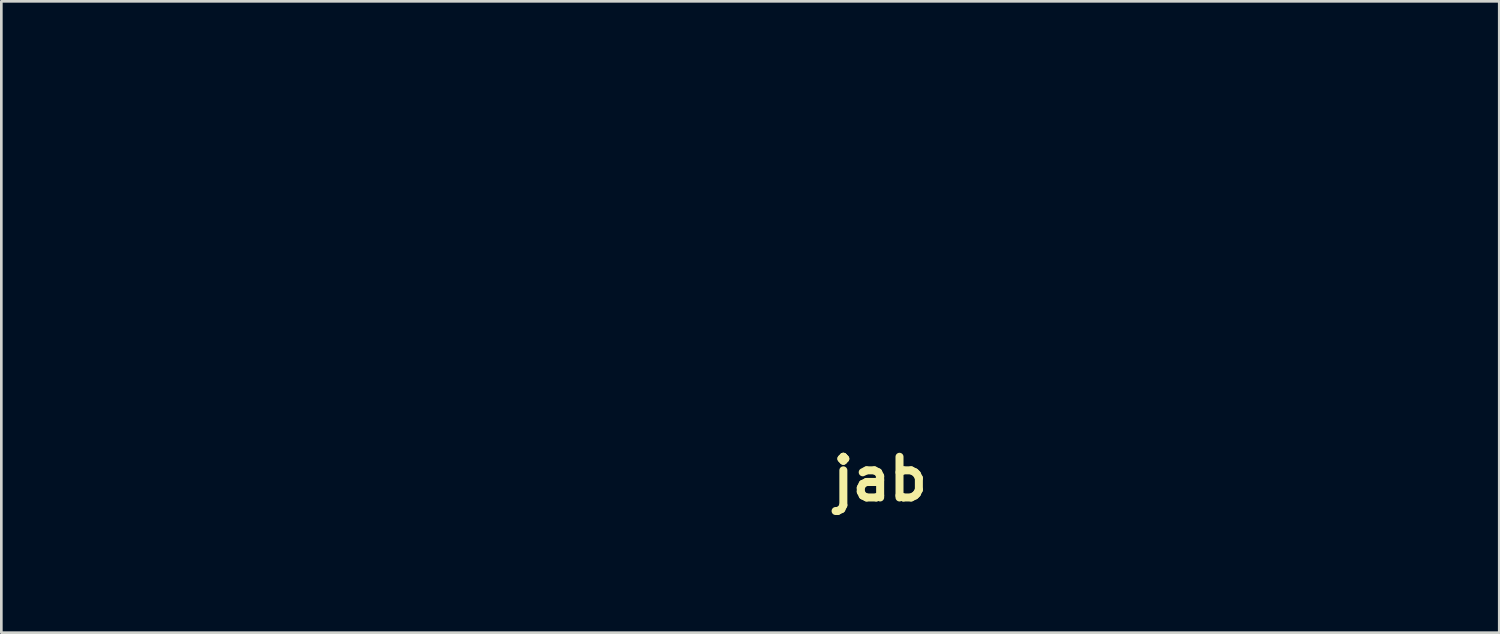
<source format=kicad_pcb>
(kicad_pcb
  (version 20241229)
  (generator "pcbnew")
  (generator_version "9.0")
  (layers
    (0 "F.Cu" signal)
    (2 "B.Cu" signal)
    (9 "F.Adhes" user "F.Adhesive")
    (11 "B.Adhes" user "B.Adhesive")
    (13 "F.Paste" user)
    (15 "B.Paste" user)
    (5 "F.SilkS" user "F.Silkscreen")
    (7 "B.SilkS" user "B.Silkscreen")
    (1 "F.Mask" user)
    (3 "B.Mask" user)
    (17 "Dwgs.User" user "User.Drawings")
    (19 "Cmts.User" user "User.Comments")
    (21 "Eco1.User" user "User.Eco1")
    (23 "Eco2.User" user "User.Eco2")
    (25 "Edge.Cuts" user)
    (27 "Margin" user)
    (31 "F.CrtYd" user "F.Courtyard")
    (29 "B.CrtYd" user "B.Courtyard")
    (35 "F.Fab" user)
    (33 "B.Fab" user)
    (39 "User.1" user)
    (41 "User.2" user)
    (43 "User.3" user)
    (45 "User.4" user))
  (footprint "jab"
    (layer "F.Cu")
    (at 29.932 14.902)
    (property "Reference" "jab" (at 0 0 0) (layer "F.SilkS") (effects (font (size 1.524 1.524) (thickness 0.3))))
    (attr through_hole)
    (fp_poly (pts (xy -12.658 -2.298) (xy -12.798 -2.121) (xy -13.088 -1.818) (xy -13.441 -1.557) (xy -13.841 -1.343) (xy -14.277 -1.179) (xy -14.732 -1.07) (xy -15.194 -1.022) (xy -15.649 -1.038) (xy -15.915 -1.082) (xy -16.254 -1.186) (xy -16.549 -1.339) (xy -16.791 -1.533) (xy -16.969 -1.759) (xy -17.065 -1.977) (xy -17.122 -2.314) (xy -17.107 -2.655) (xy -17.023 -2.981) (xy -16.875 -3.277) (xy -16.706 -3.485) (xy -16.463 -3.688) (xy -16.17 -3.859) (xy -15.822 -3.999) (xy -15.415 -4.109) (xy -14.944 -4.191) (xy -14.403 -4.244) (xy -13.79 -4.271) (xy -13.409 -4.276) (xy -12.658 -4.276) (xy -12.658 -2.298)) (stroke (width 0.01) (type solid)) (fill yes) (layer "F.Mask"))
    (fp_poly (pts (xy -4.65 -7.761) (xy -4.594 -7.754) (xy -4.231 -7.671) (xy -3.917 -7.529) (xy -3.634 -7.319) (xy -3.55 -7.239) (xy -3.305 -6.939) (xy -3.103 -6.569) (xy -2.943 -6.135) (xy -2.827 -5.642) (xy -2.757 -5.096) (xy -2.733 -4.5) (xy -2.755 -3.884) (xy -2.824 -3.292) (xy -2.939 -2.766) (xy -3.101 -2.306) (xy -3.308 -1.915) (xy -3.559 -1.593) (xy -3.853 -1.341) (xy -4.188 -1.161) (xy -4.564 -1.053) (xy -4.98 -1.019) (xy -5.434 -1.059) (xy -5.567 -1.084) (xy -5.864 -1.171) (xy -6.189 -1.309) (xy -6.513 -1.486) (xy -6.811 -1.686) (xy -6.932 -1.783) (xy -7.239 -2.045) (xy -7.239 -6.303) (xy -7.035 -6.549) (xy -6.656 -6.957) (xy -6.268 -7.284) (xy -5.873 -7.528) (xy -5.47 -7.69) (xy -5.063 -7.767) (xy -4.65 -7.761)) (stroke (width 0.01) (type solid)) (fill yes) (layer "F.Mask"))
    (fp_poly (pts (xy 4.543 -6.631) (xy 4.83 -6.593) (xy 5.069 -6.531) (xy 5.091 -6.523) (xy 5.436 -6.344) (xy 5.748 -6.093) (xy 6.019 -5.777) (xy 6.245 -5.403) (xy 6.419 -4.979) (xy 6.465 -4.826) (xy 6.496 -4.687) (xy 6.518 -4.528) (xy 6.532 -4.331) (xy 6.539 -4.08) (xy 6.54 -3.852) (xy 6.539 -3.575) (xy 6.533 -3.363) (xy 6.521 -3.197) (xy 6.501 -3.056) (xy 6.472 -2.922) (xy 6.443 -2.817) (xy 6.282 -2.377) (xy 6.073 -1.989) (xy 5.82 -1.66) (xy 5.53 -1.394) (xy 5.206 -1.199) (xy 4.869 -1.082) (xy 4.504 -1.028) (xy 4.144 -1.028) (xy 3.821 -1.081) (xy 3.438 -1.227) (xy 3.093 -1.448) (xy 2.786 -1.742) (xy 2.519 -2.108) (xy 2.291 -2.545) (xy 2.103 -3.051) (xy 1.957 -3.625) (xy 1.853 -4.265) (xy 1.796 -4.891) (xy 1.767 -5.358) (xy 2.075 -5.643) (xy 2.507 -6.003) (xy 2.94 -6.284) (xy 3.382 -6.488) (xy 3.69 -6.585) (xy 3.943 -6.628) (xy 4.237 -6.643) (xy 4.543 -6.631)) (stroke (width 0.01) (type solid)) (fill yes) (layer "F.Mask"))
    (fp_poly (pts (xy 4.713 -14.897) (xy 4.887 -14.888) (xy 5.067 -14.869) (xy 5.267 -14.837) (xy 5.503 -14.79) (xy 5.787 -14.726) (xy 6.136 -14.643) (xy 6.219 -14.623) (xy 6.602 -14.526) (xy 6.918 -14.432) (xy 7.186 -14.334) (xy 7.424 -14.225) (xy 7.649 -14.098) (xy 7.88 -13.944) (xy 7.919 -13.916) (xy 8.122 -13.77) (xy 8.267 -13.667) (xy 8.366 -13.606) (xy 8.434 -13.581) (xy 8.481 -13.59) (xy 8.521 -13.629) (xy 8.566 -13.696) (xy 8.593 -13.736) (xy 8.688 -13.848) (xy 8.829 -13.985) (xy 8.992 -14.123) (xy 9.065 -14.179) (xy 9.209 -14.281) (xy 9.326 -14.356) (xy 9.44 -14.412) (xy 9.572 -14.459) (xy 9.744 -14.507) (xy 9.962 -14.559) (xy 10.52 -14.69) (xy 13.786 -14.69) (xy 17.053 -14.69) (xy 17.617 -14.557) (xy 17.851 -14.5) (xy 18.024 -14.452) (xy 18.158 -14.404) (xy 18.274 -14.346) (xy 18.395 -14.27) (xy 18.515 -14.186) (xy 18.753 -13.998) (xy 18.95 -13.793) (xy 19.091 -13.61) (xy 19.192 -13.467) (xy 19.265 -13.349) (xy 19.321 -13.233) (xy 19.368 -13.098) (xy 19.416 -12.921) (xy 19.468 -12.707) (xy 19.518 -12.487) (xy 19.553 -12.306) (xy 19.577 -12.14) (xy 19.591 -11.966) (xy 19.598 -11.761) (xy 19.601 -11.501) (xy 19.601 -11.416) (xy 19.6 -11.137) (xy 19.594 -10.92) (xy 19.583 -10.741) (xy 19.562 -10.576) (xy 19.531 -10.403) (xy 19.485 -10.198) (xy 19.467 -10.12) (xy 19.411 -9.887) (xy 19.364 -9.715) (xy 19.317 -9.584) (xy 19.261 -9.471) (xy 19.188 -9.356) (xy 19.088 -9.216) (xy 19.088 -9.215) (xy 18.96 -9.052) (xy 18.826 -8.901) (xy 18.709 -8.786) (xy 18.669 -8.753) (xy 18.568 -8.676) (xy 18.526 -8.628) (xy 18.534 -8.585) (xy 18.575 -8.535) (xy 18.663 -8.428) (xy 18.782 -8.268) (xy 18.922 -8.073) (xy 19.069 -7.861) (xy 19.213 -7.649) (xy 19.34 -7.455) (xy 19.44 -7.296) (xy 19.495 -7.198) (xy 19.568 -7.046) (xy 19.632 -6.891) (xy 19.693 -6.718) (xy 19.755 -6.514) (xy 19.822 -6.266) (xy 19.899 -5.959) (xy 19.967 -5.673) (xy 20.065 -5.229) (xy 20.136 -4.835) (xy 20.179 -4.474) (xy 20.194 -4.127) (xy 20.181 -3.779) (xy 20.14 -3.41) (xy 20.07 -3.005) (xy 19.971 -2.545) (xy 19.92 -2.328) (xy 19.819 -1.919) (xy 19.725 -1.576) (xy 19.632 -1.283) (xy 19.532 -1.023) (xy 19.417 -0.781) (xy 19.281 -0.54) (xy 19.116 -0.282) (xy 18.915 0.009) (xy 18.849 0.101) (xy 18.597 0.437) (xy 18.357 0.722) (xy 18.108 0.975) (xy 17.831 1.217) (xy 17.505 1.468) (xy 17.378 1.56) (xy 17.073 1.773) (xy 16.806 1.942) (xy 16.558 2.076) (xy 16.304 2.188) (xy 16.025 2.285) (xy 15.697 2.379) (xy 15.456 2.44) (xy 15.06 2.536) (xy 14.731 2.611) (xy 14.452 2.667) (xy 14.208 2.707) (xy 13.983 2.732) (xy 13.764 2.747) (xy 13.533 2.752) (xy 13.485 2.752) (xy 13.283 2.75) (xy 13.106 2.744) (xy 12.94 2.731) (xy 12.769 2.709) (xy 12.576 2.676) (xy 12.347 2.628) (xy 12.064 2.565) (xy 11.766 2.495) (xy 11.386 2.403) (xy 11.068 2.317) (xy 10.794 2.231) (xy 10.548 2.136) (xy 10.316 2.025) (xy 10.081 1.891) (xy 9.827 1.726) (xy 9.538 1.522) (xy 9.212 1.281) (xy 8.792 0.969) (xy 8.619 1.135) (xy 8.463 1.27) (xy 8.255 1.432) (xy 8.014 1.608) (xy 7.762 1.782) (xy 7.517 1.942) (xy 7.301 2.072) (xy 7.164 2.145) (xy 6.984 2.219) (xy 6.742 2.302) (xy 6.461 2.386) (xy 6.188 2.457) (xy 5.822 2.545) (xy 5.524 2.615) (xy 5.28 2.667) (xy 5.075 2.705) (xy 4.896 2.73) (xy 4.728 2.743) (xy 4.559 2.748) (xy 4.372 2.746) (xy 4.216 2.742) (xy 4.003 2.733) (xy 3.82 2.72) (xy 3.648 2.7) (xy 3.468 2.671) (xy 3.26 2.628) (xy 3.007 2.57) (xy 2.741 2.505) (xy 2.399 2.417) (xy 2.09 2.33) (xy 1.829 2.248) (xy 1.629 2.176) (xy 1.556 2.145) (xy 1.36 2.041) (xy 1.12 1.894) (xy 0.854 1.717) (xy 0.583 1.525) (xy 0.323 1.331) (xy 0.096 1.147) (xy -0.072 0.996) (xy -0.335 0.741) (xy -0.592 1.001) (xy -0.754 1.15) (xy -0.969 1.327) (xy -1.219 1.519) (xy -1.483 1.711) (xy -1.744 1.891) (xy -1.982 2.043) (xy -2.178 2.154) (xy -2.199 2.164) (xy -2.342 2.224) (xy -2.554 2.297) (xy -2.818 2.377) (xy -3.12 2.461) (xy -3.32 2.513) (xy -3.608 2.585) (xy -3.832 2.639) (xy -4.012 2.677) (xy -4.166 2.703) (xy -4.314 2.718) (xy -4.473 2.725) (xy -4.663 2.728) (xy -4.826 2.729) (xy -5.092 2.728) (xy -5.301 2.722) (xy -5.48 2.707) (xy -5.656 2.681) (xy -5.857 2.64) (xy -6.094 2.586) (xy -6.333 2.53) (xy -6.508 2.493) (xy -6.636 2.472) (xy -6.734 2.466) (xy -6.82 2.473) (xy -6.911 2.492) (xy -6.94 2.499) (xy -7.069 2.52) (xy -7.264 2.539) (xy -7.508 2.556) (xy -7.782 2.568) (xy -7.93 2.572) (xy -8.202 2.577) (xy -8.412 2.578) (xy -8.58 2.573) (xy -8.73 2.559) (xy -8.881 2.535) (xy -9.057 2.498) (xy -9.279 2.447) (xy -9.328 2.435) (xy -9.972 2.282) (xy -10.6 2.432) (xy -10.85 2.491) (xy -11.049 2.532) (xy -11.224 2.558) (xy -11.4 2.574) (xy -11.604 2.581) (xy -11.863 2.582) (xy -11.897 2.582) (xy -12.179 2.58) (xy -12.4 2.573) (xy -12.584 2.557) (xy -12.754 2.531) (xy -12.935 2.493) (xy -12.997 2.478) (xy -13.427 2.374) (xy -14.153 2.551) (xy -14.417 2.614) (xy -14.623 2.66) (xy -14.794 2.692) (xy -14.955 2.711) (xy -15.127 2.722) (xy -15.335 2.727) (xy -15.602 2.729) (xy -15.642 2.729) (xy -15.913 2.729) (xy -16.124 2.726) (xy -16.297 2.717) (xy -16.455 2.7) (xy -16.62 2.672) (xy -16.815 2.63) (xy -17.062 2.572) (xy -17.163 2.548) (xy -17.501 2.465) (xy -17.77 2.396) (xy -17.982 2.337) (xy -18.151 2.285) (xy -18.29 2.234) (xy -18.412 2.181) (xy -18.479 2.149) (xy -18.588 2.086) (xy -18.748 1.984) (xy -18.94 1.856) (xy -19.148 1.712) (xy -19.355 1.565) (xy -19.542 1.427) (xy -19.677 1.322) (xy -19.86 1.175) (xy -19.974 1.278) (xy -20.088 1.374) (xy -20.255 1.501) (xy -20.456 1.647) (xy -20.671 1.798) (xy -20.881 1.939) (xy -20.949 1.983) (xy -21.093 2.071) (xy -21.236 2.147) (xy -21.39 2.215) (xy -21.571 2.28) (xy -21.79 2.346) (xy -22.062 2.419) (xy -22.4 2.503) (xy -22.494 2.525) (xy -22.783 2.594) (xy -23.01 2.645) (xy -23.199 2.68) (xy -23.369 2.704) (xy -23.542 2.719) (xy -23.739 2.728) (xy -23.982 2.734) (xy -24.229 2.736) (xy -24.462 2.733) (xy -24.661 2.726) (xy -24.804 2.715) (xy -24.85 2.708) (xy -25.278 2.615) (xy -25.681 2.519) (xy -26.049 2.423) (xy -26.369 2.329) (xy -26.63 2.242) (xy -26.819 2.165) (xy -26.827 2.161) (xy -27.029 2.051) (xy -27.269 1.901) (xy -27.526 1.726) (xy -27.783 1.541) (xy -28.017 1.359) (xy -28.21 1.195) (xy -28.3 1.108) (xy -28.435 0.956) (xy -28.596 0.753) (xy -28.77 0.518) (xy -28.945 0.271) (xy -29.106 0.029) (xy -29.241 -0.186) (xy -29.336 -0.358) (xy -29.342 -0.37) (xy -29.415 -0.55) (xy -29.497 -0.8) (xy -29.586 -1.11) (xy -29.678 -1.465) (xy -29.77 -1.855) (xy -29.846 -2.208) (xy -29.919 -2.71) (xy -29.927 -3.202) (xy -29.897 -3.471) (xy -27.358 -3.471) (xy -27.336 -2.91) (xy -27.316 -2.573) (xy -27.281 -2.292) (xy -27.225 -2.043) (xy -27.142 -1.799) (xy -27.025 -1.532) (xy -26.982 -1.443) (xy -26.732 -1.027) (xy -26.419 -0.665) (xy -26.05 -0.362) (xy -25.63 -0.122) (xy -25.164 0.05) (xy -24.934 0.105) (xy -24.737 0.133) (xy -24.48 0.153) (xy -24.192 0.162) (xy -23.896 0.163) (xy -23.619 0.153) (xy -23.387 0.133) (xy -23.326 0.124) (xy -22.818 0.005) (xy -22.363 -0.179) (xy -21.963 -0.427) (xy -21.619 -0.736) (xy -21.334 -1.105) (xy -21.109 -1.532) (xy -21.035 -1.724) (xy -20.986 -1.879) (xy -20.93 -2.082) (xy -20.876 -2.297) (xy -20.859 -2.371) (xy -20.845 -2.435) (xy -20.839 -2.467) (xy -18.708 -2.467) (xy -18.689 -2.015) (xy -18.592 -1.589) (xy -18.42 -1.196) (xy -18.177 -0.839) (xy -17.864 -0.525) (xy -17.484 -0.258) (xy -17.06 -0.05) (xy -16.885 0.012) (xy -16.681 0.072) (xy -16.552 0.103) (xy -16.341 0.135) (xy -16.07 0.155) (xy -15.764 0.164) (xy -15.449 0.161) (xy -15.149 0.146) (xy -14.888 0.119) (xy -14.812 0.107) (xy -14.232 -0.031) (xy -13.701 -0.236) (xy -13.212 -0.509) (xy -13.004 -0.656) (xy -12.866 -0.758) (xy -12.756 -0.838) (xy -12.688 -0.883) (xy -12.676 -0.889) (xy -12.668 -0.85) (xy -12.662 -0.743) (xy -12.659 -0.587) (xy -12.658 -0.445) (xy -12.658 0) (xy -11.13 0) (xy -11.144 -3.313) (xy -11.147 -3.921) (xy -11.149 -4.45) (xy -11.152 -4.907) (xy -11.155 -5.298) (xy -11.158 -5.629) (xy -11.162 -5.905) (xy -11.166 -6.134) (xy -11.172 -6.321) (xy -11.178 -6.472) (xy -11.186 -6.594) (xy -11.195 -6.692) (xy -11.206 -6.773) (xy -11.219 -6.842) (xy -11.234 -6.907) (xy -11.251 -6.973) (xy -11.251 -6.974) (xy -11.395 -7.405) (xy -11.583 -7.768) (xy -11.821 -8.072) (xy -12.117 -8.324) (xy -12.462 -8.528) (xy -12.932 -8.718) (xy -13.462 -8.856) (xy -14.043 -8.94) (xy -14.667 -8.968) (xy -15.007 -8.961) (xy -15.607 -8.913) (xy -16.138 -8.827) (xy -16.604 -8.699) (xy -17.015 -8.528) (xy -17.375 -8.312) (xy -17.691 -8.048) (xy -17.717 -8.022) (xy -17.965 -7.737) (xy -18.158 -7.427) (xy -18.302 -7.076) (xy -18.406 -6.668) (xy -18.437 -6.488) (xy -18.465 -6.308) (xy -16.94 -6.308) (xy -16.893 -6.53) (xy -16.787 -6.861) (xy -16.622 -7.137) (xy -16.394 -7.362) (xy -16.099 -7.538) (xy -15.734 -7.669) (xy -15.701 -7.677) (xy -15.381 -7.737) (xy -15.009 -7.768) (xy -14.613 -7.771) (xy -14.222 -7.746) (xy -13.864 -7.694) (xy -13.646 -7.642) (xy -13.356 -7.518) (xy -13.104 -7.336) (xy -12.905 -7.109) (xy -12.77 -6.851) (xy -12.738 -6.746) (xy -12.722 -6.642) (xy -12.704 -6.476) (xy -12.687 -6.268) (xy -12.674 -6.041) (xy -12.672 -6.009) (xy -12.645 -5.435) (xy -13.784 -5.386) (xy -14.115 -5.37) (xy -14.443 -5.351) (xy -14.752 -5.329) (xy -15.024 -5.307) (xy -15.242 -5.285) (xy -15.362 -5.27) (xy -16.025 -5.14) (xy -16.615 -4.969) (xy -17.132 -4.755) (xy -17.576 -4.499) (xy -17.948 -4.201) (xy -18.246 -3.861) (xy -18.47 -3.48) (xy -18.621 -3.056) (xy -18.648 -2.942) (xy -18.708 -2.467) (xy -20.839 -2.467) (xy -20.833 -2.499) (xy -20.822 -2.568) (xy -20.812 -2.646) (xy -20.804 -2.74) (xy -20.796 -2.853) (xy -20.79 -2.991) (xy -20.784 -3.159) (xy -20.779 -3.362) (xy -20.775 -3.605) (xy -20.772 -3.893) (xy -20.769 -4.232) (xy -20.766 -4.625) (xy -20.764 -5.08) (xy -20.761 -5.599) (xy -20.759 -6.19) (xy -20.757 -6.855) (xy -20.755 -7.44) (xy -20.74 -12.107) (xy -22.306 -12.107) (xy -22.322 -7.504) (xy -22.324 -6.753) (xy -22.326 -6.082) (xy -22.329 -5.485) (xy -22.332 -4.958) (xy -22.335 -4.496) (xy -22.34 -4.094) (xy -22.345 -3.746) (xy -22.352 -3.448) (xy -22.361 -3.195) (xy -22.372 -2.981) (xy -22.384 -2.803) (xy -22.4 -2.653) (xy -22.418 -2.529) (xy -22.439 -2.425) (xy -22.463 -2.335) (xy -22.49 -2.255) (xy -22.522 -2.179) (xy -22.557 -2.104) (xy -22.597 -2.023) (xy -22.607 -2.003) (xy -22.777 -1.746) (xy -23.011 -1.539) (xy -23.314 -1.378) (xy -23.399 -1.345) (xy -23.636 -1.285) (xy -23.918 -1.254) (xy -24.215 -1.252) (xy -24.496 -1.279) (xy -24.733 -1.335) (xy -24.768 -1.347) (xy -25.047 -1.491) (xy -25.27 -1.686) (xy -25.452 -1.945) (xy -25.504 -2.045) (xy -25.606 -2.302) (xy -25.691 -2.608) (xy -25.752 -2.928) (xy -25.78 -3.227) (xy -25.781 -3.286) (xy -25.781 -3.471) (xy -27.358 -3.471) (xy -29.897 -3.471) (xy -29.87 -3.707) (xy -29.79 -4.085) (xy -29.73 -4.317) (xy -29.679 -4.489) (xy -29.628 -4.622) (xy -29.566 -4.738) (xy -29.486 -4.86) (xy -29.422 -4.948) (xy -29.127 -5.282) (xy -28.857 -5.506) (xy -28.726 -5.601) (xy -28.618 -5.671) (xy -28.512 -5.725) (xy -28.392 -5.771) (xy -28.237 -5.816) (xy -28.029 -5.868) (xy -27.882 -5.903) (xy -27.63 -5.961) (xy -27.43 -6.002) (xy -27.256 -6.029) (xy -27.082 -6.045) (xy -26.882 -6.052) (xy -26.629 -6.054) (xy -26.556 -6.054) (xy -26.274 -6.052) (xy -26.052 -6.045) (xy -25.869 -6.03) (xy -25.701 -6.006) (xy -25.525 -5.969) (xy -25.434 -5.948) (xy -25.249 -5.904) (xy -25.092 -5.869) (xy -24.983 -5.847) (xy -24.945 -5.842) (xy -24.935 -5.858) (xy -24.926 -5.909) (xy -24.918 -6) (xy -24.911 -6.136) (xy -24.906 -6.321) (xy -24.902 -6.561) (xy -24.898 -6.86) (xy -24.896 -7.222) (xy -24.894 -7.653) (xy -24.893 -8.158) (xy -24.893 -8.741) (xy -24.893 -8.964) (xy -24.894 -12.086) (xy -24.757 -12.679) (xy -24.701 -12.916) (xy -24.655 -13.091) (xy -24.61 -13.223) (xy -24.558 -13.335) (xy -24.49 -13.445) (xy -24.399 -13.574) (xy -24.378 -13.603) (xy -24.128 -13.9) (xy -23.835 -14.154) (xy -23.803 -14.178) (xy -23.664 -14.278) (xy -23.549 -14.351) (xy -23.436 -14.406) (xy -23.305 -14.453) (xy -23.133 -14.5) (xy -22.9 -14.556) (xy -22.693 -14.604) (xy -22.522 -14.639) (xy -22.366 -14.663) (xy -22.206 -14.678) (xy -22.021 -14.686) (xy -21.789 -14.69) (xy -21.526 -14.69) (xy -21.237 -14.69) (xy -21.011 -14.686) (xy -20.83 -14.677) (xy -20.671 -14.661) (xy -20.515 -14.636) (xy -20.341 -14.6) (xy -20.153 -14.556) (xy -19.92 -14.5) (xy -19.748 -14.453) (xy -19.617 -14.406) (xy -19.504 -14.351) (xy -19.389 -14.278) (xy -19.25 -14.178) (xy -18.951 -13.926) (xy -18.699 -13.635) (xy -18.675 -13.603) (xy -18.578 -13.467) (xy -18.507 -13.355) (xy -18.453 -13.246) (xy -18.407 -13.119) (xy -18.362 -12.954) (xy -18.308 -12.73) (xy -18.296 -12.679) (xy -18.238 -12.418) (xy -18.199 -12.208) (xy -18.176 -12.017) (xy -18.164 -11.813) (xy -18.16 -11.566) (xy -18.16 -11.483) (xy -18.158 -11.268) (xy -18.153 -11.087) (xy -18.144 -10.954) (xy -18.134 -10.886) (xy -18.129 -10.88) (xy -18.075 -10.894) (xy -17.968 -10.93) (xy -17.865 -10.968) (xy -17.69 -11.026) (xy -17.45 -11.095) (xy -17.162 -11.169) (xy -16.843 -11.245) (xy -16.512 -11.319) (xy -16.185 -11.388) (xy -15.881 -11.446) (xy -15.618 -11.491) (xy -15.422 -11.517) (xy -14.878 -11.549) (xy -14.307 -11.536) (xy -13.745 -11.483) (xy -13.335 -11.413) (xy -12.975 -11.334) (xy -12.628 -11.255) (xy -12.307 -11.176) (xy -12.024 -11.103) (xy -11.793 -11.037) (xy -11.626 -10.983) (xy -11.575 -10.963) (xy -11.388 -10.883) (xy -11.388 -11.442) (xy -11.386 -11.677) (xy -11.377 -11.871) (xy -11.358 -12.05) (xy -11.349 -12.107) (xy -8.805 -12.107) (xy -8.805 0) (xy -7.242 0) (xy -7.23 -0.34) (xy -7.218 -0.679) (xy -6.985 -0.504) (xy -6.536 -0.219) (xy -6.049 -0.009) (xy -5.63 0.105) (xy -5.402 0.138) (xy -5.123 0.157) (xy -4.82 0.163) (xy -4.522 0.155) (xy -4.258 0.133) (xy -4.098 0.108) (xy -3.641 -0.022) (xy -3.223 -0.213) (xy -2.83 -0.473) (xy -2.474 -0.783) (xy -2.096 -1.206) (xy -1.782 -1.675) (xy -1.531 -2.192) (xy -1.344 -2.761) (xy -1.218 -3.383) (xy -1.154 -4.061) (xy -1.144 -4.487) (xy -1.176 -5.204) (xy -1.224 -5.544) (xy 0.261 -5.544) (xy 0.268 -5.061) (xy 0.288 -4.631) (xy 0.323 -4.24) (xy 0.374 -3.872) (xy 0.442 -3.513) (xy 0.512 -3.215) (xy 0.667 -2.674) (xy 0.844 -2.2) (xy 1.051 -1.781) (xy 1.297 -1.4) (xy 1.589 -1.043) (xy 1.757 -0.866) (xy 1.952 -0.675) (xy 2.113 -0.531) (xy 2.261 -0.419) (xy 2.417 -0.322) (xy 2.561 -0.245) (xy 2.86 -0.102) (xy 3.132 0.005) (xy 3.398 0.08) (xy 3.679 0.126) (xy 3.997 0.149) (xy 4.371 0.152) (xy 4.487 0.151) (xy 4.779 0.142) (xy 5.006 0.127) (xy 5.189 0.106) (xy 5.348 0.074) (xy 5.454 0.046) (xy 5.963 -0.145) (xy 6.428 -0.408) (xy 6.847 -0.742) (xy 7.219 -1.144) (xy 7.542 -1.614) (xy 7.754 -2.015) (xy 7.948 -2.519) (xy 8.082 -3.065) (xy 8.096 -3.175) (xy 9.604 -3.175) (xy 9.634 -2.974) (xy 9.754 -2.405) (xy 9.942 -1.887) (xy 10.196 -1.422) (xy 10.514 -1.01) (xy 10.894 -0.655) (xy 11.334 -0.358) (xy 11.832 -0.121) (xy 12.387 0.053) (xy 12.531 0.086) (xy 12.819 0.131) (xy 13.161 0.158) (xy 13.529 0.166) (xy 13.895 0.156) (xy 14.23 0.126) (xy 14.37 0.105) (xy 14.905 -0.027) (xy 15.399 -0.231) (xy 15.858 -0.51) (xy 16.285 -0.863) (xy 16.688 -1.299) (xy 17.018 -1.778) (xy 17.275 -2.3) (xy 17.46 -2.866) (xy 17.571 -3.474) (xy 17.61 -4.125) (xy 17.61 -4.133) (xy 17.582 -4.647) (xy 17.499 -5.15) (xy 17.366 -5.622) (xy 17.188 -6.045) (xy 17.14 -6.135) (xy 16.855 -6.561) (xy 16.502 -6.953) (xy 16.095 -7.298) (xy 15.646 -7.589) (xy 15.169 -7.813) (xy 14.838 -7.922) (xy 14.676 -7.961) (xy 14.515 -7.988) (xy 14.333 -8.005) (xy 14.108 -8.014) (xy 13.864 -8.017) (xy 13.404 -8.003) (xy 13.005 -7.956) (xy 12.648 -7.87) (xy 12.316 -7.741) (xy 11.989 -7.564) (xy 11.912 -7.516) (xy 11.778 -7.431) (xy 11.674 -7.369) (xy 11.618 -7.339) (xy 11.613 -7.338) (xy 11.614 -7.381) (xy 11.621 -7.499) (xy 11.634 -7.683) (xy 11.652 -7.922) (xy 11.673 -8.209) (xy 11.698 -8.534) (xy 11.726 -8.887) (xy 11.728 -8.913) (xy 11.756 -9.273) (xy 11.783 -9.61) (xy 11.806 -9.913) (xy 11.825 -10.174) (xy 11.84 -10.381) (xy 11.849 -10.524) (xy 11.853 -10.593) (xy 11.853 -10.594) (xy 11.853 -10.71) (xy 17.018 -10.71) (xy 17.018 -12.107) (xy 10.541 -12.107) (xy 10.541 -12.006) (xy 10.538 -11.948) (xy 10.528 -11.814) (xy 10.513 -11.612) (xy 10.494 -11.35) (xy 10.47 -11.038) (xy 10.442 -10.683) (xy 10.412 -10.294) (xy 10.379 -9.879) (xy 10.345 -9.446) (xy 10.311 -9.004) (xy 10.276 -8.562) (xy 10.241 -8.126) (xy 10.207 -7.707) (xy 10.176 -7.312) (xy 10.146 -6.949) (xy 10.12 -6.627) (xy 10.098 -6.354) (xy 10.08 -6.139) (xy 10.067 -5.99) (xy 10.06 -5.916) (xy 10.041 -5.757) (xy 11.228 -5.757) (xy 11.467 -5.963) (xy 11.831 -6.247) (xy 12.189 -6.458) (xy 12.559 -6.603) (xy 12.958 -6.688) (xy 13.335 -6.721) (xy 13.798 -6.713) (xy 14.205 -6.65) (xy 14.569 -6.526) (xy 14.902 -6.339) (xy 15.215 -6.083) (xy 15.261 -6.038) (xy 15.532 -5.725) (xy 15.739 -5.382) (xy 15.885 -5) (xy 15.973 -4.569) (xy 16.008 -4.081) (xy 16.008 -3.998) (xy 15.983 -3.479) (xy 15.902 -3.016) (xy 15.763 -2.596) (xy 15.56 -2.205) (xy 15.289 -1.832) (xy 15.259 -1.796) (xy 14.968 -1.516) (xy 14.627 -1.297) (xy 14.249 -1.139) (xy 13.845 -1.046) (xy 13.429 -1.019) (xy 13.012 -1.062) (xy 12.606 -1.176) (xy 12.419 -1.256) (xy 12.129 -1.436) (xy 11.858 -1.674) (xy 11.629 -1.948) (xy 11.494 -2.175) (xy 11.397 -2.396) (xy 11.314 -2.629) (xy 11.253 -2.848) (xy 11.221 -3.026) (xy 11.218 -3.078) (xy 11.218 -3.175) (xy 9.604 -3.175) (xy 8.096 -3.175) (xy 8.153 -3.632) (xy 8.156 -4.198) (xy 8.137 -4.434) (xy 8.038 -5.017) (xy 7.877 -5.545) (xy 7.65 -6.026) (xy 7.355 -6.466) (xy 6.988 -6.871) (xy 6.929 -6.926) (xy 6.525 -7.257) (xy 6.103 -7.51) (xy 5.654 -7.689) (xy 5.17 -7.797) (xy 4.639 -7.838) (xy 4.551 -7.839) (xy 4.023 -7.8) (xy 3.525 -7.686) (xy 3.052 -7.495) (xy 2.597 -7.223) (xy 2.158 -6.869) (xy 2.1 -6.816) (xy 1.807 -6.54) (xy 1.834 -6.985) (xy 1.892 -7.585) (xy 1.991 -8.171) (xy 2.126 -8.73) (xy 2.295 -9.246) (xy 2.492 -9.708) (xy 2.707 -10.088) (xy 2.986 -10.452) (xy 3.297 -10.739) (xy 3.638 -10.947) (xy 4.008 -11.076) (xy 4.406 -11.125) (xy 4.79 -11.101) (xy 5.188 -11.007) (xy 5.529 -10.852) (xy 5.813 -10.635) (xy 6.039 -10.355) (xy 6.209 -10.012) (xy 6.32 -9.623) (xy 6.378 -9.335) (xy 7.168 -9.323) (xy 7.417 -9.32) (xy 7.633 -9.32) (xy 7.804 -9.322) (xy 7.917 -9.325) (xy 7.959 -9.331) (xy 7.959 -9.331) (xy 7.948 -9.408) (xy 7.92 -9.542) (xy 7.88 -9.71) (xy 7.834 -9.887) (xy 7.789 -10.05) (xy 7.751 -10.171) (xy 7.543 -10.647) (xy 7.27 -11.071) (xy 6.936 -11.439) (xy 6.545 -11.749) (xy 6.101 -11.996) (xy 5.608 -12.178) (xy 5.271 -12.257) (xy 4.952 -12.298) (xy 4.585 -12.313) (xy 4.199 -12.304) (xy 3.825 -12.271) (xy 3.493 -12.216) (xy 3.408 -12.196) (xy 2.896 -12.021) (xy 2.427 -11.773) (xy 2.002 -11.454) (xy 1.621 -11.064) (xy 1.286 -10.605) (xy 0.998 -10.078) (xy 0.772 -9.525) (xy 0.628 -9.072) (xy 0.511 -8.606) (xy 0.419 -8.112) (xy 0.35 -7.579) (xy 0.302 -6.993) (xy 0.273 -6.341) (xy 0.267 -6.096) (xy 0.261 -5.544) (xy -1.224 -5.544) (xy -1.269 -5.865) (xy -1.423 -6.47) (xy -1.638 -7.017) (xy -1.914 -7.506) (xy -2.251 -7.936) (xy -2.295 -7.984) (xy -2.646 -8.307) (xy -3.021 -8.561) (xy -3.43 -8.75) (xy -3.885 -8.878) (xy -4.395 -8.951) (xy -4.509 -8.959) (xy -5.021 -8.954) (xy -5.503 -8.872) (xy -5.959 -8.711) (xy -6.393 -8.469) (xy -6.809 -8.145) (xy -6.932 -8.03) (xy -7.239 -7.733) (xy -7.239 -12.107) (xy -8.805 -12.107) (xy -11.349 -12.107) (xy -11.326 -12.241) (xy -11.277 -12.471) (xy -11.237 -12.642) (xy -11.178 -12.888) (xy -11.13 -13.071) (xy -11.086 -13.208) (xy -11.037 -13.32) (xy -10.976 -13.424) (xy -10.896 -13.54) (xy -10.84 -13.617) (xy -10.54 -13.963) (xy -10.282 -14.182) (xy -10.146 -14.279) (xy -10.029 -14.351) (xy -9.909 -14.407) (xy -9.764 -14.458) (xy -9.572 -14.511) (xy -9.419 -14.55) (xy -9.223 -14.598) (xy -9.061 -14.633) (xy -8.915 -14.658) (xy -8.765 -14.673) (xy -8.591 -14.683) (xy -8.374 -14.687) (xy -8.095 -14.689) (xy -8.043 -14.689) (xy -7.751 -14.689) (xy -7.523 -14.685) (xy -7.341 -14.678) (xy -7.184 -14.663) (xy -7.033 -14.64) (xy -6.868 -14.607) (xy -6.669 -14.561) (xy -6.658 -14.559) (xy -6.428 -14.503) (xy -6.258 -14.456) (xy -6.127 -14.409) (xy -6.014 -14.352) (xy -5.896 -14.276) (xy -5.76 -14.179) (xy -5.439 -13.906) (xy -5.18 -13.605) (xy -5.084 -13.472) (xy -5.013 -13.361) (xy -4.959 -13.253) (xy -4.913 -13.126) (xy -4.866 -12.962) (xy -4.812 -12.739) (xy -4.799 -12.683) (xy -4.745 -12.438) (xy -4.702 -12.201) (xy -4.671 -11.995) (xy -4.658 -11.843) (xy -4.657 -11.827) (xy -4.657 -11.567) (xy -4.371 -11.538) (xy -4.226 -11.517) (xy -4.018 -11.479) (xy -3.763 -11.428) (xy -3.481 -11.367) (xy -3.189 -11.301) (xy -2.905 -11.234) (xy -2.648 -11.17) (xy -2.435 -11.113) (xy -2.349 -11.087) (xy -2.179 -11.023) (xy -1.982 -10.933) (xy -1.813 -10.843) (xy -1.531 -10.677) (xy -1.503 -10.789) (xy -1.441 -10.966) (xy -1.334 -11.194) (xy -1.191 -11.461) (xy -1.019 -11.753) (xy -0.828 -12.055) (xy -0.626 -12.355) (xy -0.422 -12.638) (xy -0.223 -12.891) (xy -0.129 -13.001) (xy 0.048 -13.18) (xy 0.28 -13.381) (xy 0.551 -13.593) (xy 0.843 -13.803) (xy 1.138 -13.999) (xy 1.419 -14.169) (xy 1.669 -14.302) (xy 1.817 -14.365) (xy 1.954 -14.41) (xy 2.155 -14.469) (xy 2.401 -14.535) (xy 2.672 -14.605) (xy 2.95 -14.673) (xy 2.953 -14.673) (xy 3.277 -14.748) (xy 3.54 -14.803) (xy 3.762 -14.841) (xy 3.965 -14.867) (xy 4.168 -14.884) (xy 4.323 -14.891) (xy 4.529 -14.897) (xy 4.713 -14.897)) (stroke (width 0.01) (type solid)) (fill yes) (layer "F.Mask")))
  (gr_rect
    (start -3 -3)
    (end 53.132 20.659)
    (stroke (width 0.1) (type default))
    (fill no)
    (layer "Edge.Cuts")))
</source>
